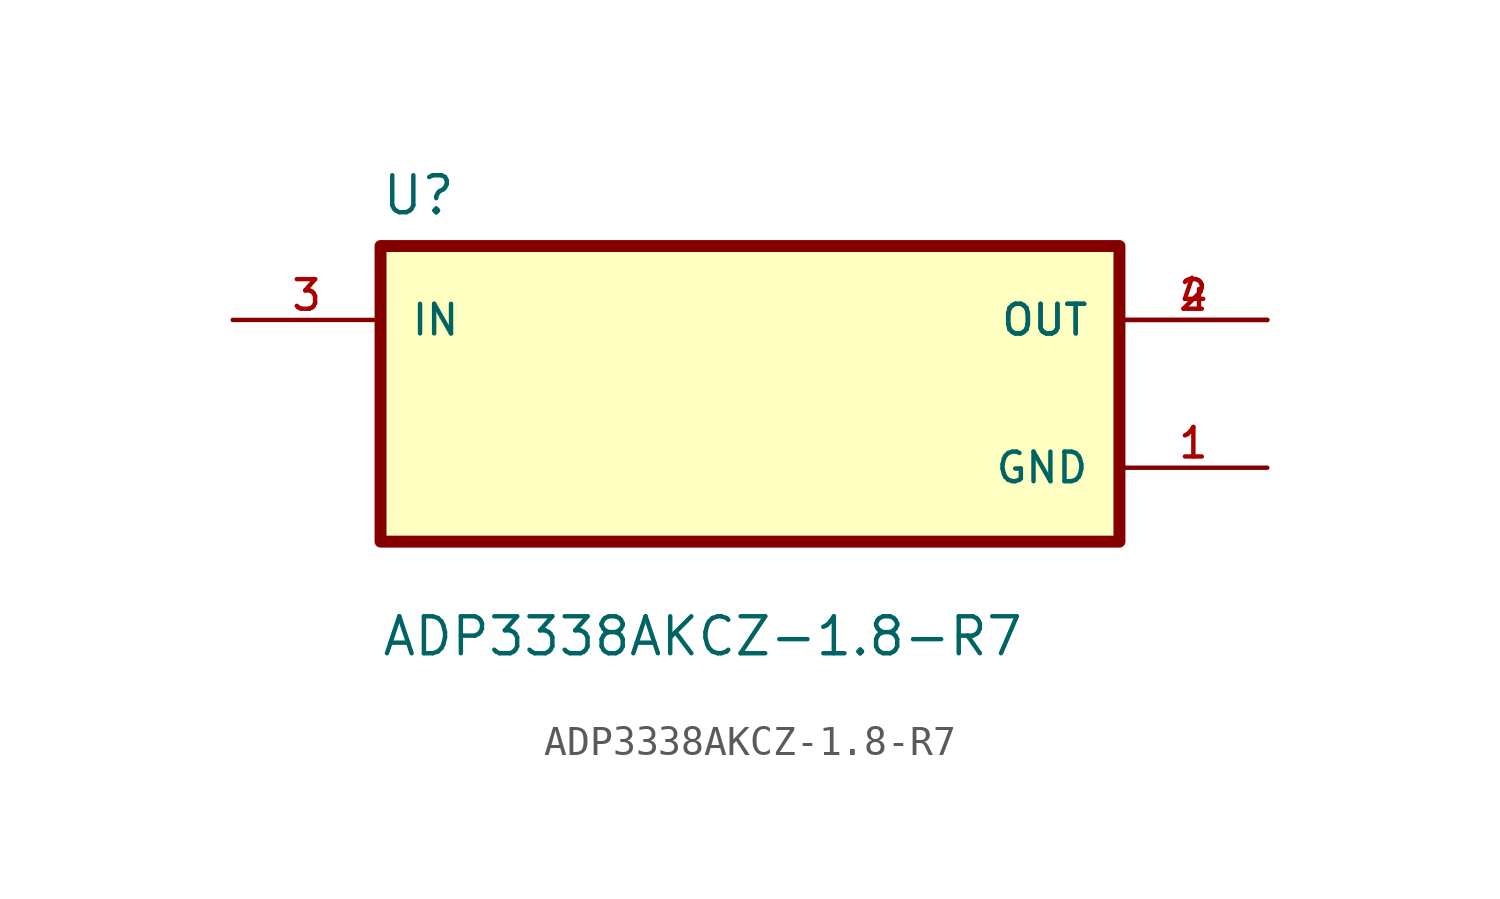
<source format=kicad_sym>
(kicad_symbol_lib
  (version 20211014)
  (generator kicad_symbol_editor)
  (symbol "ADP3338AKCZ-1.8-R7"
    (pin_names
      (offset 1.016))
    (property "Reference" "U"
      (at -12.7 6.08 0.0)
      (effects (font (size 1.27 1.27)) (justify bottom left)))
    (property "Value" "ADP3338AKCZ-1.8-R7"
      (at -12.7 -9.08 0.0)
      (effects (font (size 1.27 1.27)) (justify bottom left)))
    (symbol "ADP3338AKCZ-1.8-R7_0_0"
      (rectangle (start -12.7 -5.08) (end 12.7 5.08) (stroke (width 0.41)) (fill (type background)))
      (pin input line (at -17.78 2.54 0) (length 5.08) (name "IN" (effects (font (size 1.016 1.016)))) (number "3" (effects (font (size 1.016 1.016)))))
      (pin output line (at 17.78 2.54 180.0) (length 5.08) (name "OUT" (effects (font (size 1.016 1.016)))) (number "2" (effects (font (size 1.016 1.016)))))
      (pin output line (at 17.78 2.54 180.0) (length 5.08) (name "OUT" (effects (font (size 1.016 1.016)))) (number "4" (effects (font (size 1.016 1.016)))))
      (pin power_in line (at 17.78 -2.54 180.0) (length 5.08) (name "GND" (effects (font (size 1.016 1.016)))) (number "1" (effects (font (size 1.016 1.016))))))))
</source>
